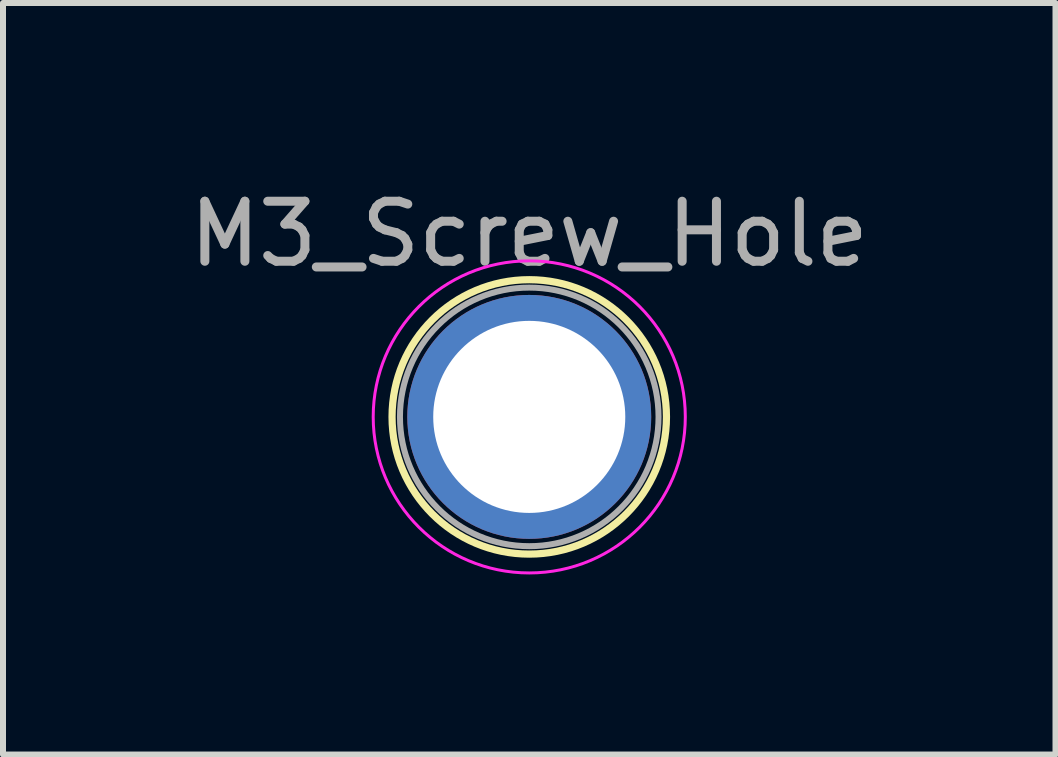
<source format=kicad_pcb>
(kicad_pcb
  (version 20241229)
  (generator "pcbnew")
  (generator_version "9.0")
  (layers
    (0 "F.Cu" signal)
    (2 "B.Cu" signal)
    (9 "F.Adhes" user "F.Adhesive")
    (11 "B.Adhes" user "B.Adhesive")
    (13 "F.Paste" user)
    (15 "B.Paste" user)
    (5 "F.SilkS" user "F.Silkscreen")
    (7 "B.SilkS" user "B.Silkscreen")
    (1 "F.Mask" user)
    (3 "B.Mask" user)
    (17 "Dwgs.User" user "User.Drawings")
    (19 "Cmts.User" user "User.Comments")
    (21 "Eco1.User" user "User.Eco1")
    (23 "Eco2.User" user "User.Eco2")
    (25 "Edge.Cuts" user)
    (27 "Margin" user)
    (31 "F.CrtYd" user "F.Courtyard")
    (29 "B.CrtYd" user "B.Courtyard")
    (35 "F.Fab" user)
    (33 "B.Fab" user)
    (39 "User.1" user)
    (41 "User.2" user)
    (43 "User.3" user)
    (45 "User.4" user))
  (footprint "M3_Screw_Hole"
    (layer "F.Cu")
    (at 5.768 3.896)
    (property "Reference" "M3_Screw_Hole" (at 0 -3.048 0) (layer "F.Fab") (effects (font (size 1 1) (thickness 0.15))))
    (attr through_hole)
    (fp_circle (center 0 0) (end 0 -2.286) (stroke (width 0.12) (type solid)) (fill no) (layer "F.SilkS"))
    (fp_circle (center 0 0) (end 2.6 0) (stroke (width 0.05) (type solid)) (fill no) (layer "F.CrtYd"))
    (fp_circle (center 0 0) (end 2 0.8) (stroke (width 0.1) (type solid)) (fill no) (layer "F.Fab"))
    (pad "1" thru_hole circle (at 0 0) (size 4.064 4.064) (drill 3.2) (layers "*.Cu" "*.Mask")))
  (gr_rect
    (start -3 -3)
    (end 14.536 9.521)
    (stroke (width 0.1) (type default))
    (fill no)
    (layer "Edge.Cuts")))
</source>
